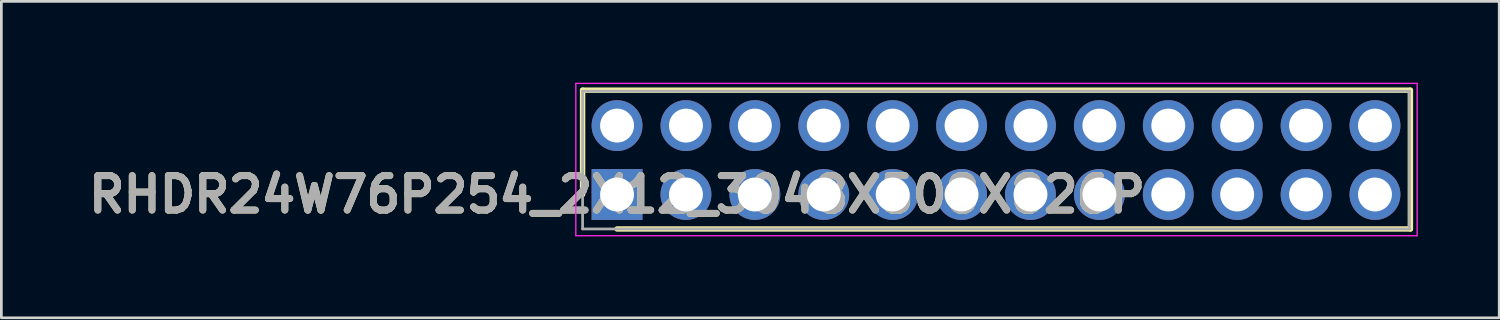
<source format=kicad_pcb>
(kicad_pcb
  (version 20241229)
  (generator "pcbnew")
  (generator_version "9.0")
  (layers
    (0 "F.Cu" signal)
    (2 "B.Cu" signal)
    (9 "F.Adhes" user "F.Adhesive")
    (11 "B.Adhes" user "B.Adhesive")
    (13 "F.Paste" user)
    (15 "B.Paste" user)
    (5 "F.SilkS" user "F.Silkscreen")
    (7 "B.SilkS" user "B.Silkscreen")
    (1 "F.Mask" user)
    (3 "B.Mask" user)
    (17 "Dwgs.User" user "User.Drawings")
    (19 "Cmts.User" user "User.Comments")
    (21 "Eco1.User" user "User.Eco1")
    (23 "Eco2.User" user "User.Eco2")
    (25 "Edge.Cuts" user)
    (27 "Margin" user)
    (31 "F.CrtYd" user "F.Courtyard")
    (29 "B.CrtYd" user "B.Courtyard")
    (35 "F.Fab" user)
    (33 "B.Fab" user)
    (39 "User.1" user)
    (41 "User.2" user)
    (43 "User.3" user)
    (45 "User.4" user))
  (footprint "RHDR24W76P254_2X12_3048X508X826P"
    (layer "F.Cu")
    (at 19.697 4.12)
    (property "Reference" "RHDR24W76P254_2X12_3048X508X826P" (at 0 0 0) (layer "F.SilkS") (effects (font (size 1.27 1.27) (thickness 0.254))))
    (attr through_hole)
    (fp_line (start -1.27 -3.845) (end -1.27 0) (stroke (width 0.2) (type solid)) (layer "F.SilkS"))
    (fp_line (start 0 1.27) (end 29.245 1.27) (stroke (width 0.2) (type solid)) (layer "F.SilkS"))
    (fp_line (start 29.245 -3.845) (end -1.27 -3.845) (stroke (width 0.2) (type solid)) (layer "F.SilkS"))
    (fp_line (start 29.245 1.27) (end 29.245 -3.845) (stroke (width 0.2) (type solid)) (layer "F.SilkS"))
    (fp_line (start -1.52 -4.095) (end 29.495 -4.095) (stroke (width 0.05) (type solid)) (layer "F.CrtYd"))
    (fp_line (start -1.52 1.52) (end -1.52 -4.095) (stroke (width 0.05) (type solid)) (layer "F.CrtYd"))
    (fp_line (start 29.495 -4.095) (end 29.495 1.52) (stroke (width 0.05) (type solid)) (layer "F.CrtYd"))
    (fp_line (start 29.495 1.52) (end -1.52 1.52) (stroke (width 0.05) (type solid)) (layer "F.CrtYd"))
    (fp_line (start -1.27 -3.81) (end 29.21 -3.81) (stroke (width 0.1) (type solid)) (layer "F.Fab"))
    (fp_line (start -1.27 1.27) (end -1.27 -3.81) (stroke (width 0.1) (type solid)) (layer "F.Fab"))
    (fp_line (start 29.21 -3.81) (end 29.21 1.27) (stroke (width 0.1) (type solid)) (layer "F.Fab"))
    (fp_line (start 29.21 1.27) (end -1.27 1.27) (stroke (width 0.1) (type solid)) (layer "F.Fab"))
    (fp_text user "${REFERENCE}" (at 0 0 0) (layer "F.Fab") (effects (font (size 1.27 1.27) (thickness 0.254))))
    (pad "1" thru_hole rect (at 0 0) (size 1.875 1.875) (drill 1.25) (layers "*.Cu" "*.Mask"))
    (pad "2" thru_hole circle (at 0 -2.54) (size 1.875 1.875) (drill 1.25) (layers "*.Cu" "*.Mask"))
    (pad "3" thru_hole circle (at 2.54 0) (size 1.875 1.875) (drill 1.25) (layers "*.Cu" "*.Mask"))
    (pad "4" thru_hole circle (at 2.54 -2.54) (size 1.875 1.875) (drill 1.25) (layers "*.Cu" "*.Mask"))
    (pad "5" thru_hole circle (at 5.08 0) (size 1.875 1.875) (drill 1.25) (layers "*.Cu" "*.Mask"))
    (pad "6" thru_hole circle (at 5.08 -2.54) (size 1.875 1.875) (drill 1.25) (layers "*.Cu" "*.Mask"))
    (pad "7" thru_hole circle (at 7.62 0) (size 1.875 1.875) (drill 1.25) (layers "*.Cu" "*.Mask"))
    (pad "8" thru_hole circle (at 7.62 -2.54) (size 1.875 1.875) (drill 1.25) (layers "*.Cu" "*.Mask"))
    (pad "9" thru_hole circle (at 10.16 0) (size 1.875 1.875) (drill 1.25) (layers "*.Cu" "*.Mask"))
    (pad "10" thru_hole circle (at 10.16 -2.54) (size 1.875 1.875) (drill 1.25) (layers "*.Cu" "*.Mask"))
    (pad "11" thru_hole circle (at 12.7 0) (size 1.875 1.875) (drill 1.25) (layers "*.Cu" "*.Mask"))
    (pad "12" thru_hole circle (at 12.7 -2.54) (size 1.875 1.875) (drill 1.25) (layers "*.Cu" "*.Mask"))
    (pad "13" thru_hole circle (at 15.24 0) (size 1.875 1.875) (drill 1.25) (layers "*.Cu" "*.Mask"))
    (pad "14" thru_hole circle (at 15.24 -2.54) (size 1.875 1.875) (drill 1.25) (layers "*.Cu" "*.Mask"))
    (pad "15" thru_hole circle (at 17.78 0) (size 1.875 1.875) (drill 1.25) (layers "*.Cu" "*.Mask"))
    (pad "16" thru_hole circle (at 17.78 -2.54) (size 1.875 1.875) (drill 1.25) (layers "*.Cu" "*.Mask"))
    (pad "17" thru_hole circle (at 20.32 0) (size 1.875 1.875) (drill 1.25) (layers "*.Cu" "*.Mask"))
    (pad "18" thru_hole circle (at 20.32 -2.54) (size 1.875 1.875) (drill 1.25) (layers "*.Cu" "*.Mask"))
    (pad "19" thru_hole circle (at 22.86 0) (size 1.875 1.875) (drill 1.25) (layers "*.Cu" "*.Mask"))
    (pad "20" thru_hole circle (at 22.86 -2.54) (size 1.875 1.875) (drill 1.25) (layers "*.Cu" "*.Mask"))
    (pad "21" thru_hole circle (at 25.4 0) (size 1.875 1.875) (drill 1.25) (layers "*.Cu" "*.Mask"))
    (pad "22" thru_hole circle (at 25.4 -2.54) (size 1.875 1.875) (drill 1.25) (layers "*.Cu" "*.Mask"))
    (pad "23" thru_hole circle (at 27.94 0) (size 1.875 1.875) (drill 1.25) (layers "*.Cu" "*.Mask"))
    (pad "24" thru_hole circle (at 27.94 -2.54) (size 1.875 1.875) (drill 1.25) (layers "*.Cu" "*.Mask")))
  (gr_rect
    (start -3 -3)
    (end 52.217 8.665)
    (stroke (width 0.1) (type default))
    (fill no)
    (layer "Edge.Cuts")))
</source>
